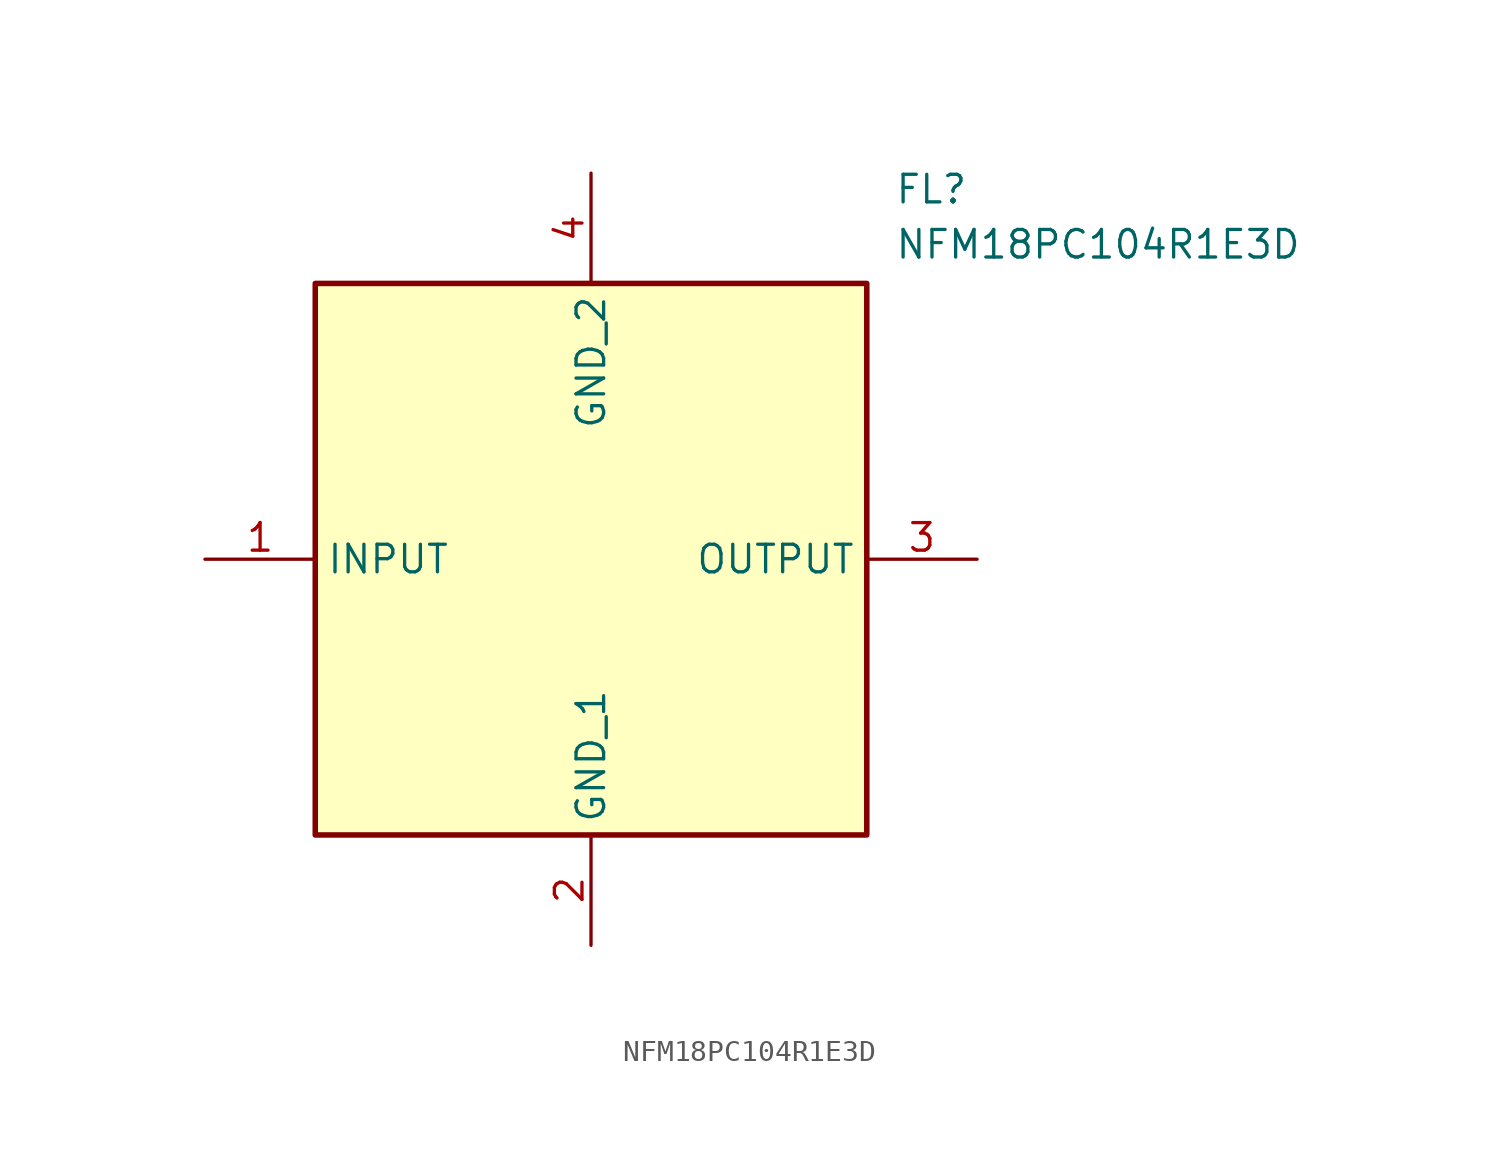
<source format=kicad_sym>
(kicad_symbol_lib
  (version 20211014)
  (generator SamacSys_ECAD_Model)
  (symbol "NFM18PC104R1E3D"
    (property "Reference" "FL"
      (at 31.75 17.78 0)
      (effects (font (size 1.27 1.27)) (justify left top)))
    (property "Value" "NFM18PC104R1E3D"
      (at 31.75 15.24 0)
      (effects (font (size 1.27 1.27)) (justify left top)))
    (rectangle
      (start 5.08 12.7)
      (end 30.48 -12.7)
      (stroke (width 0.254) (type default))
      (fill (type background)))
    (pin passive line
      (at 0 0 0)
      (length 5.08)
      (name "INPUT" (effects (font (size 1.27 1.27))))
      (number "1" (effects (font (size 1.27 1.27)))))
    (pin passive line
      (at 17.78 -17.78 90)
      (length 5.08)
      (name "GND_1" (effects (font (size 1.27 1.27))))
      (number "2" (effects (font (size 1.27 1.27)))))
    (pin passive line
      (at 35.56 0 180)
      (length 5.08)
      (name "OUTPUT" (effects (font (size 1.27 1.27))))
      (number "3" (effects (font (size 1.27 1.27)))))
    (pin passive line
      (at 17.78 17.78 270)
      (length 5.08)
      (name "GND_2" (effects (font (size 1.27 1.27))))
      (number "4" (effects (font (size 1.27 1.27)))))))
</source>
